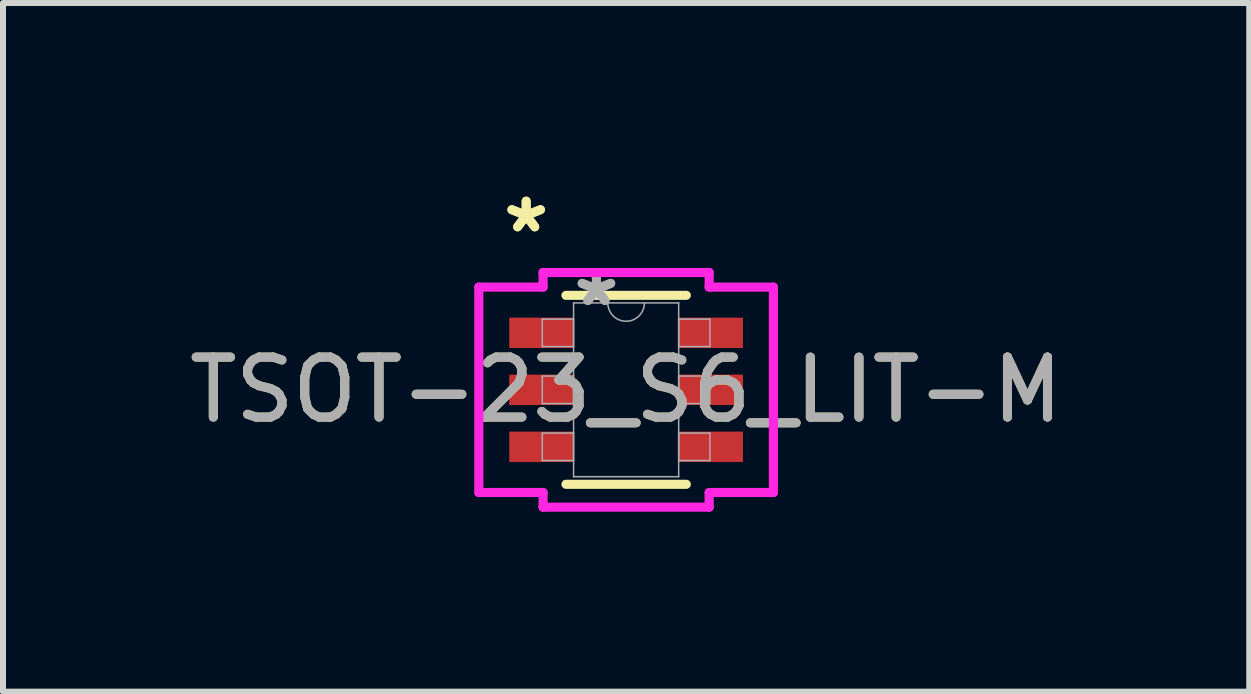
<source format=kicad_pcb>
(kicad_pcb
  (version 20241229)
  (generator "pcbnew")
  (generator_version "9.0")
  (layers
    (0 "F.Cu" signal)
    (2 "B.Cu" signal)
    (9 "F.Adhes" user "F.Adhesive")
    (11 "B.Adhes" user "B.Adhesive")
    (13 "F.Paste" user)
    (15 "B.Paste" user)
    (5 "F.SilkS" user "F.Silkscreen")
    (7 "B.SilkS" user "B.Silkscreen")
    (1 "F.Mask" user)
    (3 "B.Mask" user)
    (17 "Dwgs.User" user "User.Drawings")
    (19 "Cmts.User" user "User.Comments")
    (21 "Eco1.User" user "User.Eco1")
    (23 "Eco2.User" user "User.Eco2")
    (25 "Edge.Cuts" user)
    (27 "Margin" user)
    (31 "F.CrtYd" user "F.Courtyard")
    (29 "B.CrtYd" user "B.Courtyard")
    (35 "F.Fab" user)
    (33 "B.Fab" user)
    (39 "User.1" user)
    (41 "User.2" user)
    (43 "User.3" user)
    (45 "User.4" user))
  (footprint "TSOT-23_S6_LIT-M"
    (layer "F.Cu")
    (at 7.387 3.448)
    (property "Reference" "TSOT-23_S6_LIT-M" (at 0 0 0) (unlocked yes) (layer "F.SilkS") (effects (font (size 1 1) (thickness 0.15))))
    (attr smd)
    (fp_line (start -1.003 1.575) (end 1.003 1.575) (stroke (width 0.152) (type solid)) (layer "F.SilkS"))
    (fp_line (start 1.003 -1.575) (end -1.003 -1.575) (stroke (width 0.152) (type solid)) (layer "F.SilkS"))
    (fp_line (start -2.455 -1.712) (end -1.384 -1.712) (stroke (width 0.152) (type solid)) (layer "F.CrtYd"))
    (fp_line (start -2.455 1.712) (end -2.455 -1.712) (stroke (width 0.152) (type solid)) (layer "F.CrtYd"))
    (fp_line (start -2.455 1.712) (end -1.384 1.712) (stroke (width 0.152) (type solid)) (layer "F.CrtYd"))
    (fp_line (start -1.384 -1.956) (end 1.384 -1.956) (stroke (width 0.152) (type solid)) (layer "F.CrtYd"))
    (fp_line (start -1.384 -1.712) (end -1.384 -1.956) (stroke (width 0.152) (type solid)) (layer "F.CrtYd"))
    (fp_line (start -1.384 1.956) (end -1.384 1.712) (stroke (width 0.152) (type solid)) (layer "F.CrtYd"))
    (fp_line (start 1.384 -1.956) (end 1.384 -1.712) (stroke (width 0.152) (type solid)) (layer "F.CrtYd"))
    (fp_line (start 1.384 1.712) (end 1.384 1.956) (stroke (width 0.152) (type solid)) (layer "F.CrtYd"))
    (fp_line (start 1.384 1.956) (end -1.384 1.956) (stroke (width 0.152) (type solid)) (layer "F.CrtYd"))
    (fp_line (start 2.455 -1.712) (end 1.384 -1.712) (stroke (width 0.152) (type solid)) (layer "F.CrtYd"))
    (fp_line (start 2.455 -1.712) (end 2.455 1.712) (stroke (width 0.152) (type solid)) (layer "F.CrtYd"))
    (fp_line (start 2.455 1.712) (end 1.384 1.712) (stroke (width 0.152) (type solid)) (layer "F.CrtYd"))
    (fp_line (start -1.397 -1.179) (end -1.397 -0.721) (stroke (width 0.025) (type solid)) (layer "F.Fab"))
    (fp_line (start -1.397 -0.721) (end -0.876 -0.721) (stroke (width 0.025) (type solid)) (layer "F.Fab"))
    (fp_line (start -1.397 -0.229) (end -1.397 0.229) (stroke (width 0.025) (type solid)) (layer "F.Fab"))
    (fp_line (start -1.397 0.229) (end -0.876 0.229) (stroke (width 0.025) (type solid)) (layer "F.Fab"))
    (fp_line (start -1.397 0.721) (end -1.397 1.179) (stroke (width 0.025) (type solid)) (layer "F.Fab"))
    (fp_line (start -1.397 1.179) (end -0.876 1.179) (stroke (width 0.025) (type solid)) (layer "F.Fab"))
    (fp_line (start -0.876 -1.448) (end -0.876 1.448) (stroke (width 0.025) (type solid)) (layer "F.Fab"))
    (fp_line (start -0.876 -1.179) (end -1.397 -1.179) (stroke (width 0.025) (type solid)) (layer "F.Fab"))
    (fp_line (start -0.876 -0.721) (end -0.876 -1.179) (stroke (width 0.025) (type solid)) (layer "F.Fab"))
    (fp_line (start -0.876 -0.229) (end -1.397 -0.229) (stroke (width 0.025) (type solid)) (layer "F.Fab"))
    (fp_line (start -0.876 0.229) (end -0.876 -0.229) (stroke (width 0.025) (type solid)) (layer "F.Fab"))
    (fp_line (start -0.876 0.721) (end -1.397 0.721) (stroke (width 0.025) (type solid)) (layer "F.Fab"))
    (fp_line (start -0.876 1.179) (end -0.876 0.721) (stroke (width 0.025) (type solid)) (layer "F.Fab"))
    (fp_line (start -0.876 1.448) (end 0.876 1.448) (stroke (width 0.025) (type solid)) (layer "F.Fab"))
    (fp_line (start 0.876 -1.448) (end -0.876 -1.448) (stroke (width 0.025) (type solid)) (layer "F.Fab"))
    (fp_line (start 0.876 -1.179) (end 0.876 -0.721) (stroke (width 0.025) (type solid)) (layer "F.Fab"))
    (fp_line (start 0.876 -0.721) (end 1.397 -0.721) (stroke (width 0.025) (type solid)) (layer "F.Fab"))
    (fp_line (start 0.876 -0.229) (end 0.876 0.229) (stroke (width 0.025) (type solid)) (layer "F.Fab"))
    (fp_line (start 0.876 0.229) (end 1.397 0.229) (stroke (width 0.025) (type solid)) (layer "F.Fab"))
    (fp_line (start 0.876 0.721) (end 0.876 1.179) (stroke (width 0.025) (type solid)) (layer "F.Fab"))
    (fp_line (start 0.876 1.179) (end 1.397 1.179) (stroke (width 0.025) (type solid)) (layer "F.Fab"))
    (fp_line (start 0.876 1.448) (end 0.876 -1.448) (stroke (width 0.025) (type solid)) (layer "F.Fab"))
    (fp_line (start 1.397 -1.179) (end 0.876 -1.179) (stroke (width 0.025) (type solid)) (layer "F.Fab"))
    (fp_line (start 1.397 -0.721) (end 1.397 -1.179) (stroke (width 0.025) (type solid)) (layer "F.Fab"))
    (fp_line (start 1.397 -0.229) (end 0.876 -0.229) (stroke (width 0.025) (type solid)) (layer "F.Fab"))
    (fp_line (start 1.397 0.229) (end 1.397 -0.229) (stroke (width 0.025) (type solid)) (layer "F.Fab"))
    (fp_line (start 1.397 0.721) (end 0.876 0.721) (stroke (width 0.025) (type solid)) (layer "F.Fab"))
    (fp_line (start 1.397 1.179) (end 1.397 0.721) (stroke (width 0.025) (type solid)) (layer "F.Fab"))
    (fp_arc (start 0.3048 -1.4478) (mid 0 -1.143) (end -0.3048 -1.4478) (stroke (width 0.0254) (type solid)) (layer "F.Fab"))
    (fp_text user "*" (at -1.666 -2.6 0) (layer "F.SilkS") (effects (font (size 1 1) (thickness 0.15))))
    (fp_text user "*" (at -1.666 -2.6 0) (unlocked yes) (layer "F.SilkS") (effects (font (size 1 1) (thickness 0.15))))
    (fp_text user "*" (at -0.495 -1.372 0) (unlocked yes) (layer "F.Fab") (effects (font (size 1 1) (thickness 0.15))))
    (fp_text user "${REFERENCE}" (at 0 0 0) (unlocked yes) (layer "F.Fab") (effects (font (size 1 1) (thickness 0.15))))
    (fp_text user "*" (at -0.495 -1.372 0) (layer "F.Fab") (effects (font (size 1 1) (thickness 0.15))))
    (pad "1" smd rect (at -1.412 -0.95) (size 1.071 0.507) (layers "F.Cu" "F.Mask" "F.Paste"))
    (pad "2" smd rect (at -1.412 0) (size 1.071 0.507) (layers "F.Cu" "F.Mask" "F.Paste"))
    (pad "3" smd rect (at -1.412 0.95) (size 1.071 0.507) (layers "F.Cu" "F.Mask" "F.Paste"))
    (pad "4" smd rect (at 1.412 0.95) (size 1.071 0.507) (layers "F.Cu" "F.Mask" "F.Paste"))
    (pad "5" smd rect (at 1.412 0) (size 1.071 0.507) (layers "F.Cu" "F.Mask" "F.Paste"))
    (pad "6" smd rect (at 1.412 -0.95) (size 1.071 0.507) (layers "F.Cu" "F.Mask" "F.Paste")))
  (gr_rect
    (start -3 -3)
    (end 17.774 8.48)
    (stroke (width 0.1) (type default))
    (fill no)
    (layer "Edge.Cuts")))
</source>
